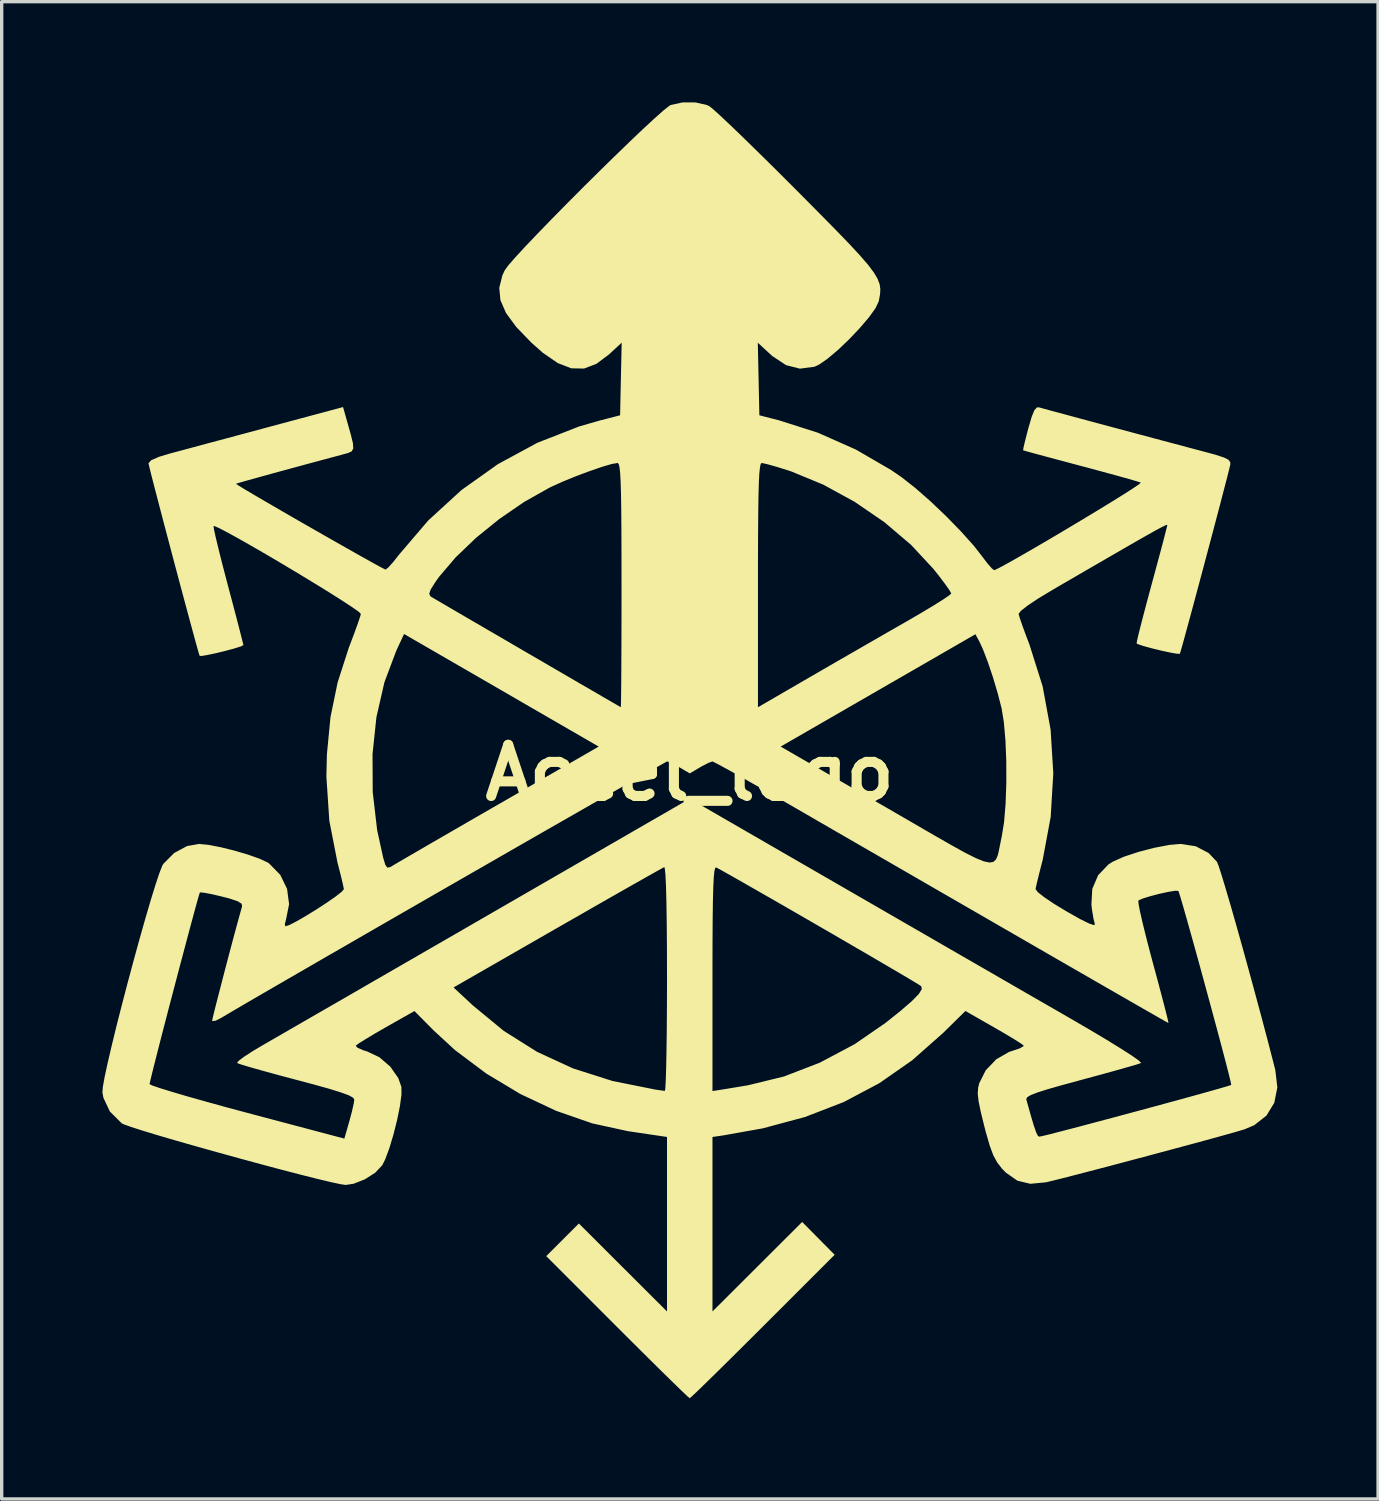
<source format=kicad_pcb>
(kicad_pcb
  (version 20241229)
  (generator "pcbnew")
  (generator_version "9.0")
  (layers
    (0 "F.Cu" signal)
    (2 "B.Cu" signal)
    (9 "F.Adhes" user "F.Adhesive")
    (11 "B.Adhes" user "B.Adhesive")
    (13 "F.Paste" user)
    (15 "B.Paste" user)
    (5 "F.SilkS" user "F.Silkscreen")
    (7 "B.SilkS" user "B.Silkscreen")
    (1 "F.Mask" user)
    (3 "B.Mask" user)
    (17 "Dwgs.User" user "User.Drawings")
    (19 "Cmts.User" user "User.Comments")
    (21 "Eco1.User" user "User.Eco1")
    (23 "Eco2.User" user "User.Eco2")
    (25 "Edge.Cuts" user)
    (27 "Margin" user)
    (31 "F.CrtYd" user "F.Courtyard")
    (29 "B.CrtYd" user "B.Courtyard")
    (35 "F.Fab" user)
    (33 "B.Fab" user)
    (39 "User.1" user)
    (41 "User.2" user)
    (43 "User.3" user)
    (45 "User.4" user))
  (footprint "Accel_logo"
    (layer "F.Cu")
    (at 17.493 19.968)
    (property "Reference" "Accel_logo" (at 0 0 0) (layer "F.SilkS") (effects (font (size 1.524 1.524) (thickness 0.3))))
    (attr board_only exclude_from_pos_files exclude_from_bom)
    (fp_poly (pts (xy 0.174 -19.967) (xy 0.511 -19.89) (xy 0.576 -19.86) (xy 0.685 -19.775) (xy 0.898 -19.583) (xy 1.202 -19.297) (xy 1.582 -18.932) (xy 2.024 -18.5) (xy 2.514 -18.017) (xy 3.037 -17.495) (xy 3.19 -17.342) (xy 3.813 -16.714) (xy 4.327 -16.193) (xy 4.741 -15.765) (xy 5.064 -15.417) (xy 5.308 -15.135) (xy 5.481 -14.906) (xy 5.594 -14.716) (xy 5.656 -14.553) (xy 5.677 -14.403) (xy 5.668 -14.252) (xy 5.638 -14.087) (xy 5.628 -14.04) (xy 5.532 -13.838) (xy 5.334 -13.562) (xy 5.062 -13.244) (xy 4.748 -12.913) (xy 4.421 -12.601) (xy 4.111 -12.339) (xy 3.85 -12.157) (xy 3.716 -12.095) (xy 3.282 -12.038) (xy 2.87 -12.142) (xy 2.465 -12.409) (xy 2.403 -12.464) (xy 2.027 -12.811) (xy 2.051 -11.73) (xy 2.074 -10.649) (xy 2.667 -10.497) (xy 3.82 -10.129) (xy 4.949 -9.628) (xy 5.998 -9.019) (xy 6.308 -8.806) (xy 6.715 -8.487) (xy 7.172 -8.086) (xy 7.64 -7.64) (xy 8.082 -7.187) (xy 8.459 -6.766) (xy 8.69 -6.471) (xy 8.863 -6.243) (xy 9 -6.086) (xy 9.07 -6.034) (xy 9.212 -6.102) (xy 9.465 -6.239) (xy 9.806 -6.432) (xy 10.216 -6.668) (xy 10.672 -6.934) (xy 11.153 -7.219) (xy 11.638 -7.509) (xy 12.106 -7.791) (xy 12.535 -8.053) (xy 12.904 -8.282) (xy 13.191 -8.465) (xy 13.376 -8.59) (xy 13.436 -8.643) (xy 13.435 -8.644) (xy 13.326 -8.68) (xy 13.079 -8.752) (xy 12.721 -8.852) (xy 12.277 -8.973) (xy 11.773 -9.109) (xy 11.642 -9.143) (xy 11.134 -9.279) (xy 10.685 -9.399) (xy 10.319 -9.497) (xy 10.062 -9.568) (xy 9.937 -9.603) (xy 9.929 -9.606) (xy 9.941 -9.688) (xy 9.989 -9.893) (xy 10.063 -10.182) (xy 10.088 -10.273) (xy 10.186 -10.608) (xy 10.266 -10.802) (xy 10.34 -10.883) (xy 10.403 -10.885) (xy 10.526 -10.851) (xy 10.788 -10.779) (xy 11.163 -10.678) (xy 11.626 -10.553) (xy 12.153 -10.411) (xy 12.718 -10.26) (xy 13.297 -10.105) (xy 13.864 -9.953) (xy 14.395 -9.812) (xy 14.863 -9.687) (xy 15.245 -9.586) (xy 15.282 -9.576) (xy 15.666 -9.472) (xy 15.911 -9.392) (xy 16.047 -9.323) (xy 16.099 -9.253) (xy 16.1 -9.185) (xy 16.071 -9.061) (xy 16.006 -8.801) (xy 15.909 -8.429) (xy 15.789 -7.967) (xy 15.65 -7.44) (xy 15.499 -6.869) (xy 15.342 -6.279) (xy 15.185 -5.692) (xy 15.035 -5.132) (xy 14.897 -4.622) (xy 14.778 -4.186) (xy 14.685 -3.845) (xy 14.622 -3.624) (xy 14.597 -3.546) (xy 14.512 -3.547) (xy 14.313 -3.582) (xy 14.048 -3.639) (xy 13.766 -3.708) (xy 13.517 -3.776) (xy 13.349 -3.832) (xy 13.309 -3.853) (xy 13.323 -3.937) (xy 13.375 -4.161) (xy 13.461 -4.5) (xy 13.573 -4.929) (xy 13.706 -5.425) (xy 13.754 -5.601) (xy 13.893 -6.116) (xy 14.017 -6.575) (xy 14.117 -6.953) (xy 14.187 -7.226) (xy 14.222 -7.367) (xy 14.224 -7.381) (xy 14.209 -7.386) (xy 14.158 -7.367) (xy 14.057 -7.318) (xy 13.895 -7.231) (xy 13.661 -7.1) (xy 13.342 -6.919) (xy 12.927 -6.68) (xy 12.404 -6.378) (xy 11.761 -6.005) (xy 10.986 -5.555) (xy 10.795 -5.443) (xy 10.39 -5.199) (xy 10.075 -4.99) (xy 9.871 -4.832) (xy 9.795 -4.738) (xy 9.795 -4.733) (xy 9.831 -4.607) (xy 9.915 -4.364) (xy 10.033 -4.043) (xy 10.119 -3.818) (xy 10.511 -2.575) (xy 10.748 -1.289) (xy 10.828 0.016) (xy 10.75 1.317) (xy 10.513 2.59) (xy 10.488 2.686) (xy 10.405 3.01) (xy 10.339 3.279) (xy 10.303 3.445) (xy 10.301 3.463) (xy 10.365 3.552) (xy 10.556 3.703) (xy 10.848 3.9) (xy 11.206 4.117) (xy 11.615 4.349) (xy 11.897 4.489) (xy 12.046 4.537) (xy 12.066 4.507) (xy 12.024 4.34) (xy 11.981 4.078) (xy 11.963 3.925) (xy 11.989 3.458) (xy 12.163 3.05) (xy 12.47 2.729) (xy 12.604 2.644) (xy 12.935 2.497) (xy 13.368 2.354) (xy 13.839 2.232) (xy 14.284 2.147) (xy 14.627 2.117) (xy 15.073 2.188) (xy 15.454 2.387) (xy 15.704 2.652) (xy 15.752 2.773) (xy 15.838 3.038) (xy 15.956 3.427) (xy 16.101 3.92) (xy 16.266 4.497) (xy 16.446 5.137) (xy 16.635 5.822) (xy 16.828 6.53) (xy 17.02 7.242) (xy 17.205 7.938) (xy 17.376 8.599) (xy 17.441 8.854) (xy 17.501 9.371) (xy 17.41 9.827) (xy 17.178 10.208) (xy 16.814 10.494) (xy 16.527 10.616) (xy 16.321 10.678) (xy 15.978 10.775) (xy 15.523 10.901) (xy 14.982 11.048) (xy 14.381 11.21) (xy 13.747 11.38) (xy 13.105 11.551) (xy 12.483 11.716) (xy 11.905 11.867) (xy 11.397 11.999) (xy 10.987 12.104) (xy 10.7 12.174) (xy 10.605 12.196) (xy 10.144 12.24) (xy 9.76 12.148) (xy 9.415 11.907) (xy 9.297 11.785) (xy 9.158 11.606) (xy 9.042 11.392) (xy 8.934 11.102) (xy 8.818 10.699) (xy 8.771 10.517) (xy 8.665 10.085) (xy 8.602 9.777) (xy 8.578 9.555) (xy 8.589 9.382) (xy 8.622 9.244) (xy 8.817 8.857) (xy 9.132 8.53) (xy 9.515 8.31) (xy 9.619 8.277) (xy 9.828 8.207) (xy 9.939 8.143) (xy 9.944 8.121) (xy 9.86 8.058) (xy 9.659 7.931) (xy 9.372 7.759) (xy 9.059 7.578) (xy 8.211 7.093) (xy 7.542 7.751) (xy 6.623 8.563) (xy 5.644 9.245) (xy 4.587 9.805) (xy 3.435 10.25) (xy 2.173 10.589) (xy 0.995 10.799) (xy 0.677 10.845) (xy 0.677 16.042) (xy 2.013 14.709) (xy 3.348 13.376) (xy 4.316 14.354) (xy 2.179 16.49) (xy 1.684 16.983) (xy 1.228 17.436) (xy 0.824 17.835) (xy 0.485 18.167) (xy 0.225 18.419) (xy 0.058 18.576) (xy -0.001 18.627) (xy -0.069 18.569) (xy -0.242 18.405) (xy -0.507 18.147) (xy -0.85 17.811) (xy -1.257 17.408) (xy -1.715 16.953) (xy -2.159 16.51) (xy -4.274 14.394) (xy -3.302 13.422) (xy -1.99 14.732) (xy -0.677 16.042) (xy -0.677 10.845) (xy -0.953 10.804) (xy -1.177 10.771) (xy -1.499 10.723) (xy -1.837 10.673) (xy -2.898 10.442) (xy -3.979 10.067) (xy -5.044 9.566) (xy -5.19 9.478) (xy 0.677 9.478) (xy 0.91 9.442) (xy 1.112 9.409) (xy 1.414 9.359) (xy 1.736 9.305) (xy 2.806 9.044) (xy 3.875 8.632) (xy 4.911 8.082) (xy 5.829 7.449) (xy 6.291 7.08) (xy 6.62 6.795) (xy 6.824 6.585) (xy 6.912 6.44) (xy 6.895 6.355) (xy 6.808 6.299) (xy 6.593 6.169) (xy 6.27 5.977) (xy 5.856 5.735) (xy 5.372 5.451) (xy 4.835 5.139) (xy 4.266 4.808) (xy 3.682 4.47) (xy 3.104 4.136) (xy 2.55 3.817) (xy 2.038 3.524) (xy 1.589 3.267) (xy 1.221 3.058) (xy 0.953 2.907) (xy 0.803 2.827) (xy 0.783 2.817) (xy 0.756 2.839) (xy 0.733 2.937) (xy 0.715 3.124) (xy 0.701 3.412) (xy 0.69 3.815) (xy 0.683 4.344) (xy 0.679 5.013) (xy 0.677 5.835) (xy 0.677 6.127) (xy 0.677 9.478) (xy -5.19 9.478) (xy -6.06 8.956) (xy -6.994 8.256) (xy -7.634 7.666) (xy -8.199 7.095) (xy -9.053 7.578) (xy -9.394 7.775) (xy -9.677 7.945) (xy -9.873 8.069) (xy -9.948 8.127) (xy -9.899 8.185) (xy -9.73 8.26) (xy -9.608 8.298) (xy -9.242 8.471) (xy -8.918 8.751) (xy -8.681 9.09) (xy -8.588 9.354) (xy -8.586 9.584) (xy -8.632 9.927) (xy -8.715 10.337) (xy -8.823 10.768) (xy -8.945 11.175) (xy -9.07 11.511) (xy -9.158 11.687) (xy -9.366 11.909) (xy -9.673 12.105) (xy -10.01 12.238) (xy -10.245 12.274) (xy -10.399 12.252) (xy -10.691 12.189) (xy -11.098 12.092) (xy -11.598 11.966) (xy -12.17 11.817) (xy -12.79 11.652) (xy -13.437 11.476) (xy -14.089 11.296) (xy -14.724 11.118) (xy -15.319 10.948) (xy -15.852 10.792) (xy -16.301 10.655) (xy -16.644 10.545) (xy -16.858 10.468) (xy -16.917 10.439) (xy -17.27 10.088) (xy -17.462 9.681) (xy -17.493 9.518) (xy -17.48 9.355) (xy -17.465 9.271) (xy -16.088 9.271) (xy -16.009 9.312) (xy -15.783 9.389) (xy -15.431 9.498) (xy -14.971 9.634) (xy -14.42 9.789) (xy -13.798 9.961) (xy -13.186 10.125) (xy -10.287 10.894) (xy -10.139 10.379) (xy -10.061 10.087) (xy -10.007 9.847) (xy -9.991 9.73) (xy -10.03 9.673) (xy -10.156 9.604) (xy -10.387 9.519) (xy -10.738 9.41) (xy -11.226 9.274) (xy -11.705 9.147) (xy -12.22 9.01) (xy -12.679 8.884) (xy -13.058 8.778) (xy -13.329 8.697) (xy -13.47 8.648) (xy -13.482 8.642) (xy -13.439 8.581) (xy -13.275 8.457) (xy -13.015 8.288) (xy -12.72 8.113) (xy -12.517 7.995) (xy -12.18 7.801) (xy -11.723 7.537) (xy -11.158 7.211) (xy -10.498 6.831) (xy -9.757 6.403) (xy -9.739 6.392) (xy -7.035 6.392) (xy -6.46 6.927) (xy -5.54 7.685) (xy -4.55 8.308) (xy -3.474 8.804) (xy -2.3 9.178) (xy -1.012 9.436) (xy -0.741 9.474) (xy -0.727 9.395) (xy -0.714 9.163) (xy -0.703 8.799) (xy -0.693 8.319) (xy -0.685 7.741) (xy -0.68 7.084) (xy -0.677 6.365) (xy -0.677 6.131) (xy -0.679 5.238) (xy -0.685 4.473) (xy -0.695 3.843) (xy -0.708 3.355) (xy -0.725 3.018) (xy -0.745 2.838) (xy -0.759 2.808) (xy -0.848 2.855) (xy -1.067 2.978) (xy -1.403 3.167) (xy -1.838 3.414) (xy -2.357 3.709) (xy -2.944 4.045) (xy -3.585 4.412) (xy -3.938 4.614) (xy -7.035 6.392) (xy -9.739 6.392) (xy -8.947 5.935) (xy -8.081 5.435) (xy -7.173 4.911) (xy -6.236 4.37) (xy -5.949 4.204) (xy -0.002 0.77) (xy 4.55 3.399) (xy 5.437 3.911) (xy 6.346 4.436) (xy 7.254 4.96) (xy 8.14 5.472) (xy 8.982 5.957) (xy 9.757 6.405) (xy 10.444 6.801) (xy 11.021 7.133) (xy 11.324 7.308) (xy 11.91 7.649) (xy 12.422 7.954) (xy 12.845 8.215) (xy 13.166 8.421) (xy 13.37 8.565) (xy 13.443 8.637) (xy 13.44 8.643) (xy 13.33 8.681) (xy 13.081 8.754) (xy 12.722 8.856) (xy 12.278 8.979) (xy 11.775 9.115) (xy 11.661 9.146) (xy 11.083 9.303) (xy 10.651 9.426) (xy 10.348 9.523) (xy 10.154 9.599) (xy 10.052 9.661) (xy 10.023 9.716) (xy 10.025 9.729) (xy 10.153 10.187) (xy 10.247 10.504) (xy 10.316 10.703) (xy 10.366 10.806) (xy 10.405 10.837) (xy 10.407 10.837) (xy 10.51 10.816) (xy 10.752 10.757) (xy 11.108 10.665) (xy 11.558 10.548) (xy 12.077 10.41) (xy 12.642 10.259) (xy 13.232 10.101) (xy 13.824 9.941) (xy 14.394 9.786) (xy 14.919 9.642) (xy 15.377 9.515) (xy 15.746 9.411) (xy 16.002 9.336) (xy 16.122 9.298) (xy 16.128 9.294) (xy 16.112 9.208) (xy 16.057 8.982) (xy 15.969 8.637) (xy 15.853 8.197) (xy 15.717 7.685) (xy 15.565 7.123) (xy 15.405 6.533) (xy 15.243 5.938) (xy 15.084 5.361) (xy 14.935 4.825) (xy 14.802 4.351) (xy 14.691 3.963) (xy 14.609 3.684) (xy 14.561 3.535) (xy 14.552 3.516) (xy 14.454 3.513) (xy 14.245 3.547) (xy 13.98 3.605) (xy 13.709 3.676) (xy 13.486 3.746) (xy 13.362 3.802) (xy 13.361 3.803) (xy 13.366 3.896) (xy 13.41 4.127) (xy 13.489 4.473) (xy 13.597 4.91) (xy 13.728 5.414) (xy 13.792 5.652) (xy 13.933 6.174) (xy 14.056 6.636) (xy 14.155 7.016) (xy 14.224 7.29) (xy 14.256 7.434) (xy 14.257 7.451) (xy 14.2 7.42) (xy 14.036 7.328) (xy 13.762 7.171) (xy 13.374 6.949) (xy 12.871 6.66) (xy 12.247 6.301) (xy 11.502 5.872) (xy 10.63 5.369) (xy 9.63 4.792) (xy 8.498 4.138) (xy 7.23 3.406) (xy 5.825 2.594) (xy 4.278 1.701) (xy 3.148 1.047) (xy 2.568 0.713) (xy 2.034 0.408) (xy 1.564 0.142) (xy 1.176 -0.075) (xy 0.887 -0.233) (xy 0.716 -0.322) (xy 0.676 -0.339) (xy 0.562 -0.299) (xy 0.368 -0.2) (xy 0.301 -0.161) (xy 0 0.017) (xy -0.301 -0.161) (xy -0.506 -0.273) (xy -0.649 -0.334) (xy -0.672 -0.339) (xy -0.751 -0.298) (xy -0.964 -0.179) (xy -1.298 0.01) (xy -1.741 0.261) (xy -2.28 0.569) (xy -2.902 0.924) (xy -3.596 1.321) (xy -4.347 1.751) (xy -5.144 2.208) (xy -5.973 2.685) (xy -6.823 3.173) (xy -7.68 3.666) (xy -8.532 4.156) (xy -9.367 4.637) (xy -10.17 5.101) (xy -10.931 5.54) (xy -11.636 5.947) (xy -12.273 6.316) (xy -12.829 6.638) (xy -13.291 6.907) (xy -13.647 7.116) (xy -13.884 7.256) (xy -13.949 7.295) (xy -14.122 7.383) (xy -14.218 7.393) (xy -14.224 7.378) (xy -14.203 7.28) (xy -14.147 7.049) (xy -14.062 6.715) (xy -13.956 6.307) (xy -13.839 5.855) (xy -13.717 5.391) (xy -13.598 4.943) (xy -13.49 4.542) (xy -13.401 4.218) (xy -13.34 4.001) (xy -13.332 3.975) (xy -13.348 3.897) (xy -13.467 3.823) (xy -13.711 3.742) (xy -13.927 3.686) (xy -14.231 3.615) (xy -14.463 3.571) (xy -14.583 3.56) (xy -14.59 3.563) (xy -14.619 3.653) (xy -14.685 3.884) (xy -14.78 4.233) (xy -14.9 4.677) (xy -15.037 5.193) (xy -15.187 5.757) (xy -15.342 6.347) (xy -15.498 6.94) (xy -15.647 7.513) (xy -15.784 8.042) (xy -15.902 8.505) (xy -15.996 8.878) (xy -16.06 9.139) (xy -16.088 9.264) (xy -16.088 9.271) (xy -17.465 9.271) (xy -17.426 9.053) (xy -17.335 8.634) (xy -17.215 8.12) (xy -17.072 7.534) (xy -16.91 6.899) (xy -16.737 6.237) (xy -16.558 5.572) (xy -16.38 4.924) (xy -16.208 4.318) (xy -16.049 3.776) (xy -15.908 3.321) (xy -15.792 2.974) (xy -15.707 2.76) (xy -15.679 2.712) (xy -15.357 2.388) (xy -14.973 2.181) (xy -14.614 2.118) (xy -14.334 2.145) (xy -13.965 2.216) (xy -13.555 2.318) (xy -13.153 2.437) (xy -12.808 2.559) (xy -12.568 2.671) (xy -12.531 2.696) (xy -12.196 3.038) (xy -11.993 3.456) (xy -11.933 3.912) (xy -12.021 4.355) (xy -12.061 4.511) (xy -12.042 4.572) (xy -11.917 4.529) (xy -11.697 4.415) (xy -11.416 4.252) (xy -11.108 4.062) (xy -10.808 3.866) (xy -10.55 3.687) (xy -10.37 3.546) (xy -10.301 3.466) (xy -10.301 3.464) (xy -10.328 3.33) (xy -10.387 3.08) (xy -10.468 2.762) (xy -10.491 2.675) (xy -10.735 1.423) (xy -10.822 0.112) (xy -10.807 -0.55) (xy -10.806 -0.556) (xy -9.448 -0.556) (xy -9.442 0.573) (xy -9.311 1.702) (xy -9.132 2.521) (xy -9.067 2.74) (xy -9.006 2.825) (xy -8.916 2.805) (xy -8.857 2.77) (xy -8.747 2.704) (xy -8.506 2.563) (xy -8.151 2.357) (xy -7.7 2.095) (xy -7.169 1.788) (xy -6.575 1.444) (xy -5.933 1.074) (xy -5.695 0.937) (xy -2.712 -0.782) (xy -2.712 -0.782) (xy 2.708 -0.782) (xy 5.862 1.038) (xy 6.637 1.487) (xy 7.277 1.858) (xy 7.796 2.155) (xy 8.206 2.382) (xy 8.523 2.541) (xy 8.76 2.637) (xy 8.93 2.672) (xy 9.046 2.651) (xy 9.124 2.576) (xy 9.176 2.451) (xy 9.215 2.28) (xy 9.257 2.066) (xy 9.291 1.905) (xy 9.361 1.475) (xy 9.407 0.925) (xy 9.429 0.304) (xy 9.428 -0.341) (xy 9.403 -0.962) (xy 9.355 -1.51) (xy 9.288 -1.922) (xy 9.173 -2.367) (xy 9.032 -2.843) (xy 8.879 -3.298) (xy 8.732 -3.682) (xy 8.625 -3.913) (xy 8.509 -4.128) (xy 2.708 -0.782) (xy -2.712 -0.782) (xy -4.739 -1.954) (xy 2.032 -1.954) (xy 3.577 -2.85) (xy 4.157 -3.186) (xy 4.799 -3.556) (xy 5.447 -3.929) (xy 6.047 -4.274) (xy 6.456 -4.508) (xy 6.881 -4.755) (xy 7.251 -4.977) (xy 7.541 -5.158) (xy 7.728 -5.286) (xy 7.789 -5.342) (xy 7.739 -5.435) (xy 7.604 -5.626) (xy 7.408 -5.885) (xy 7.258 -6.073) (xy 6.593 -6.789) (xy 5.798 -7.465) (xy 4.913 -8.071) (xy 3.978 -8.583) (xy 3.031 -8.974) (xy 2.923 -9.01) (xy 2.6 -9.111) (xy 2.331 -9.187) (xy 2.164 -9.226) (xy 2.14 -9.229) (xy 2.113 -9.197) (xy 2.091 -9.095) (xy 2.072 -8.909) (xy 2.058 -8.627) (xy 2.047 -8.235) (xy 2.04 -7.721) (xy 2.035 -7.073) (xy 2.032 -6.278) (xy 2.032 -5.592) (xy 2.032 -1.954) (xy -4.739 -1.954) (xy -5.61 -2.459) (xy -8.509 -4.135) (xy -8.739 -3.641) (xy -9.095 -2.694) (xy -9.332 -1.656) (xy -9.448 -0.556) (xy -10.806 -0.556) (xy -10.7 -1.659) (xy -10.487 -2.694) (xy -10.155 -3.725) (xy -10.119 -3.818) (xy -9.987 -4.167) (xy -9.88 -4.464) (xy -9.812 -4.669) (xy -9.795 -4.733) (xy -9.861 -4.799) (xy -10.053 -4.934) (xy -10.347 -5.127) (xy -10.671 -5.332) (xy -7.76 -5.332) (xy -7.721 -5.257) (xy -7.701 -5.243) (xy -7.594 -5.18) (xy -7.364 -5.045) (xy -7.032 -4.851) (xy -6.616 -4.608) (xy -6.136 -4.329) (xy -5.61 -4.023) (xy -5.06 -3.702) (xy -4.503 -3.378) (xy -3.959 -3.061) (xy -3.448 -2.764) (xy -2.988 -2.497) (xy -2.599 -2.271) (xy -2.301 -2.098) (xy -2.113 -1.989) (xy -2.053 -1.955) (xy -2.049 -2.035) (xy -2.045 -2.267) (xy -2.041 -2.635) (xy -2.038 -3.119) (xy -2.035 -3.704) (xy -2.033 -4.372) (xy -2.032 -5.107) (xy -2.032 -5.588) (xy -2.033 -6.486) (xy -2.035 -7.229) (xy -2.04 -7.829) (xy -2.047 -8.302) (xy -2.058 -8.66) (xy -2.072 -8.918) (xy -2.09 -9.089) (xy -2.112 -9.187) (xy -2.139 -9.226) (xy -2.149 -9.229) (xy -2.328 -9.197) (xy -2.62 -9.111) (xy -2.986 -8.985) (xy -3.385 -8.836) (xy -3.777 -8.676) (xy -4.12 -8.521) (xy -4.191 -8.486) (xy -4.937 -8.065) (xy -5.672 -7.56) (xy -6.362 -7.002) (xy -6.97 -6.42) (xy -7.46 -5.845) (xy -7.574 -5.686) (xy -7.715 -5.462) (xy -7.76 -5.332) (xy -10.671 -5.332) (xy -10.722 -5.365) (xy -11.157 -5.633) (xy -11.63 -5.92) (xy -12.119 -6.213) (xy -12.602 -6.498) (xy -13.058 -6.762) (xy -13.464 -6.992) (xy -13.799 -7.176) (xy -14.042 -7.301) (xy -14.169 -7.352) (xy -14.182 -7.351) (xy -14.172 -7.263) (xy -14.123 -7.036) (xy -14.041 -6.694) (xy -13.933 -6.261) (xy -13.803 -5.763) (xy -13.756 -5.584) (xy -13.619 -5.068) (xy -13.498 -4.609) (xy -13.4 -4.231) (xy -13.331 -3.959) (xy -13.296 -3.818) (xy -13.294 -3.804) (xy -13.368 -3.765) (xy -13.56 -3.705) (xy -13.822 -3.634) (xy -14.104 -3.565) (xy -14.36 -3.511) (xy -14.54 -3.481) (xy -14.597 -3.484) (xy -14.625 -3.572) (xy -14.69 -3.801) (xy -14.785 -4.149) (xy -14.905 -4.591) (xy -15.044 -5.106) (xy -15.195 -5.67) (xy -15.352 -6.26) (xy -15.509 -6.854) (xy -15.661 -7.429) (xy -15.8 -7.961) (xy -15.922 -8.428) (xy -16.02 -8.807) (xy -16.087 -9.076) (xy -16.118 -9.21) (xy -16.12 -9.219) (xy -16.043 -9.309) (xy -15.803 -9.414) (xy -15.494 -9.507) (xy -15.24 -9.575) (xy -14.852 -9.679) (xy -14.359 -9.812) (xy -13.791 -9.964) (xy -13.176 -10.129) (xy -12.593 -10.286) (xy -10.326 -10.894) (xy -10.204 -10.464) (xy -10.095 -10.076) (xy -10.032 -9.82) (xy -10.021 -9.664) (xy -10.066 -9.577) (xy -10.171 -9.527) (xy -10.34 -9.481) (xy -10.343 -9.48) (xy -10.868 -9.339) (xy -11.407 -9.194) (xy -11.934 -9.051) (xy -12.424 -8.917) (xy -12.852 -8.799) (xy -13.193 -8.704) (xy -13.422 -8.639) (xy -13.515 -8.61) (xy -13.516 -8.61) (xy -13.451 -8.565) (xy -13.261 -8.448) (xy -12.967 -8.274) (xy -12.59 -8.054) (xy -12.153 -7.8) (xy -11.677 -7.525) (xy -11.183 -7.242) (xy -10.694 -6.963) (xy -10.232 -6.7) (xy -9.817 -6.466) (xy -9.472 -6.273) (xy -9.219 -6.134) (xy -9.078 -6.061) (xy -9.058 -6.054) (xy -8.978 -6.116) (xy -8.831 -6.28) (xy -8.667 -6.488) (xy -7.789 -7.516) (xy -6.8 -8.421) (xy -5.712 -9.195) (xy -4.539 -9.83) (xy -3.293 -10.317) (xy -2.667 -10.497) (xy -2.074 -10.649) (xy -2.051 -11.73) (xy -2.027 -12.811) (xy -2.403 -12.464) (xy -2.779 -12.181) (xy -3.148 -12.041) (xy -3.527 -12.048) (xy -3.93 -12.204) (xy -4.375 -12.51) (xy -4.711 -12.807) (xy -5.165 -13.277) (xy -5.472 -13.695) (xy -5.639 -14.078) (xy -5.673 -14.445) (xy -5.581 -14.815) (xy -5.51 -14.968) (xy -5.41 -15.106) (xy -5.206 -15.341) (xy -4.914 -15.658) (xy -4.551 -16.04) (xy -4.133 -16.471) (xy -3.677 -16.935) (xy -3.199 -17.415) (xy -2.715 -17.895) (xy -2.242 -18.359) (xy -1.796 -18.79) (xy -1.394 -19.173) (xy -1.051 -19.49) (xy -0.785 -19.726) (xy -0.612 -19.864) (xy -0.565 -19.891) (xy -0.212 -19.968)) (stroke (width 0) (type solid)) (fill yes) (layer "F.SilkS")))
  (gr_rect
    (start -3 -3)
    (end 37.994 41.595)
    (stroke (width 0.1) (type default))
    (fill no)
    (layer "Edge.Cuts")))
</source>
